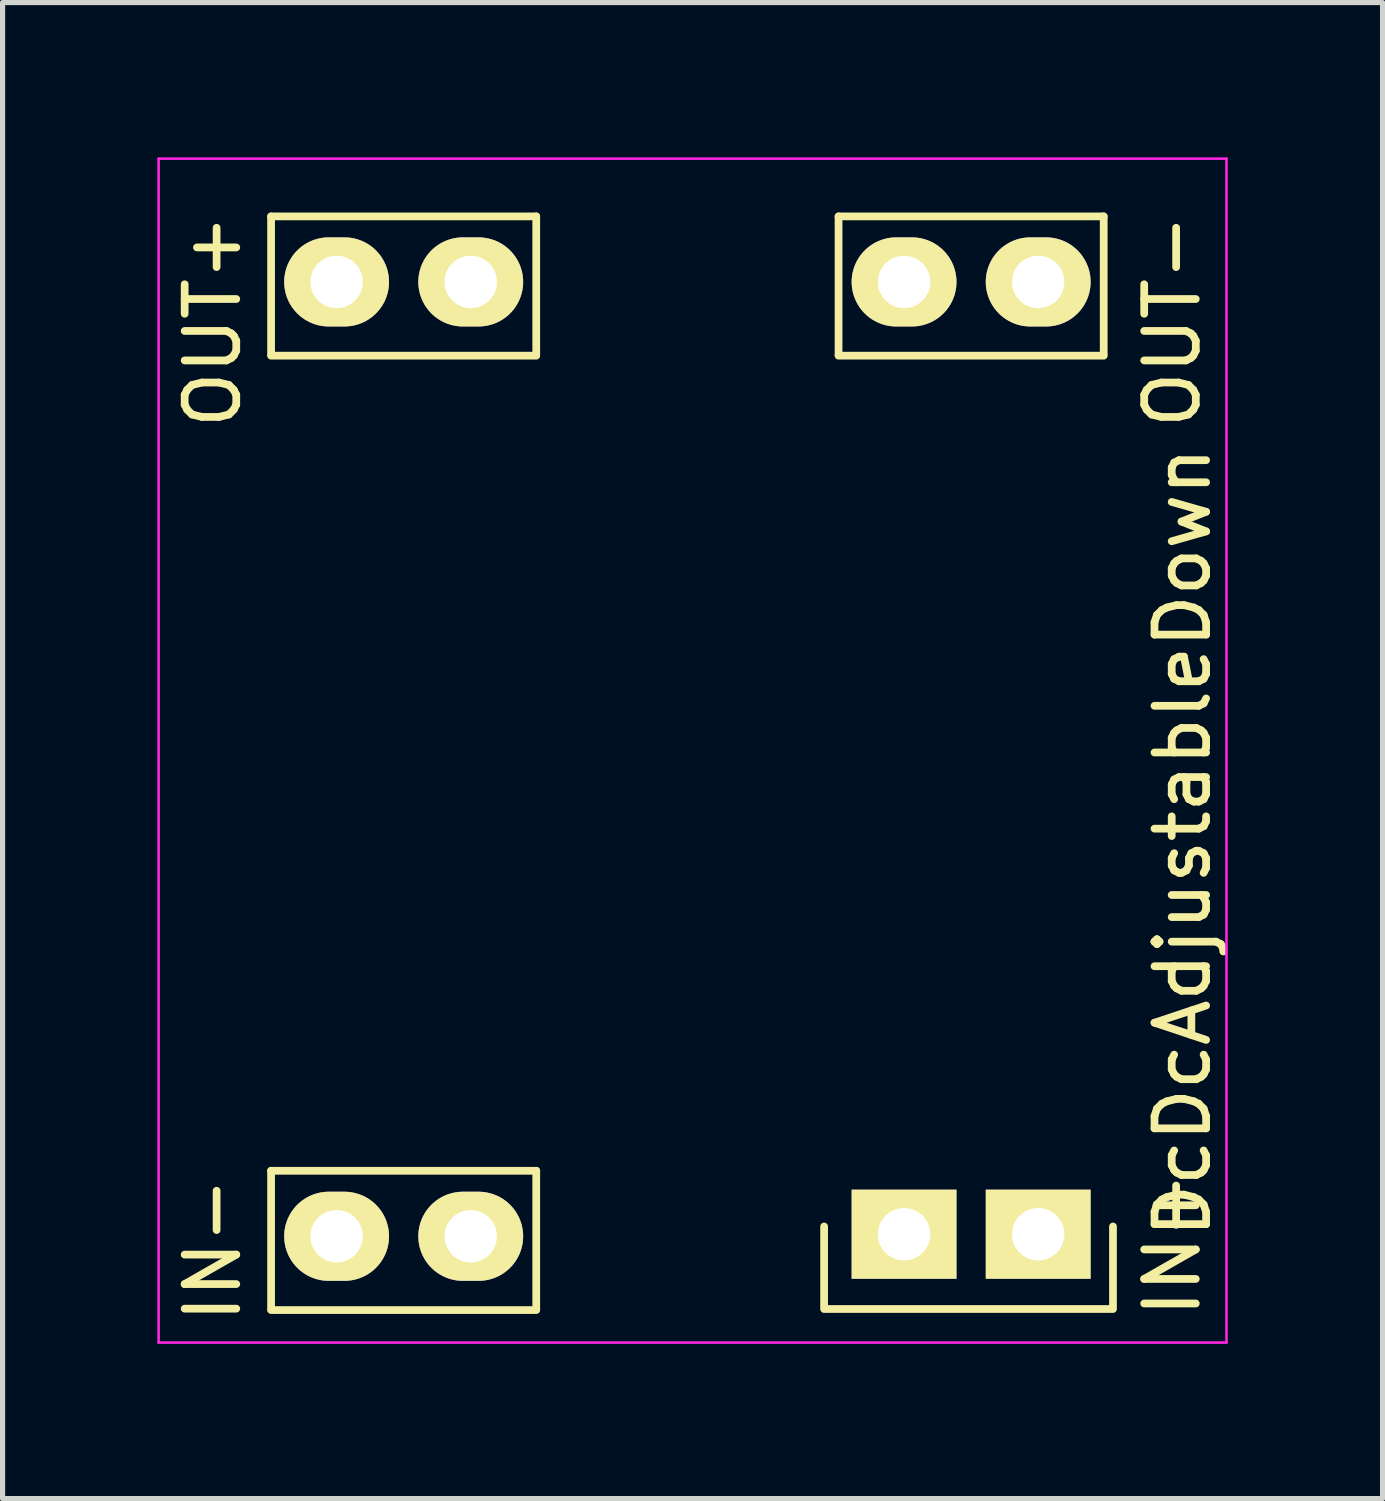
<source format=kicad_pcb>
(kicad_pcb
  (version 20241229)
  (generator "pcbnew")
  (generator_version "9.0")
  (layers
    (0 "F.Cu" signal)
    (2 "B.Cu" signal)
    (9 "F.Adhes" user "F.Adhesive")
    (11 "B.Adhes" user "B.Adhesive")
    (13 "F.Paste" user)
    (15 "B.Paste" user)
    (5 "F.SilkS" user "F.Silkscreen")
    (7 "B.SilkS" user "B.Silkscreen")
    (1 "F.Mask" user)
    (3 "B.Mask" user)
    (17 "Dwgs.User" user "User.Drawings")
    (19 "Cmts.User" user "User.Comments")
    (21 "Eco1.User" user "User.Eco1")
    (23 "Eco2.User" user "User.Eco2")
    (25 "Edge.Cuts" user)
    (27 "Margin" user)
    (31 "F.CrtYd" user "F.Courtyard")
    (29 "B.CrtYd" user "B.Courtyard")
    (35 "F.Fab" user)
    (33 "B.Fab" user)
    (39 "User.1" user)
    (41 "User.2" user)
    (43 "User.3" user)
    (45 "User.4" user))
  (footprint "DcDcAdjustableDown"
    (layer "F.Cu")
    (at 10.575 12.975)
    (property "Reference" "DcDcAdjustableDown" (at 9.3 0.3 90) (layer "F.SilkS") (effects (font (size 1 1) (thickness 0.15))))
    (attr through_hole)
    (fp_line (start -8.37 -11.83) (end -8.37 -9.15) (stroke (width 0.15) (type solid)) (layer "F.SilkS"))
    (fp_line (start -8.37 -11.83) (end -3.23 -11.83) (stroke (width 0.15) (type solid)) (layer "F.SilkS"))
    (fp_line (start -8.37 -9.13) (end -3.23 -9.13) (stroke (width 0.15) (type solid)) (layer "F.SilkS"))
    (fp_line (start -8.37 6.67) (end -8.37 9.35) (stroke (width 0.15) (type solid)) (layer "F.SilkS"))
    (fp_line (start -8.37 6.67) (end -3.23 6.67) (stroke (width 0.15) (type solid)) (layer "F.SilkS"))
    (fp_line (start -8.37 9.37) (end -3.23 9.37) (stroke (width 0.15) (type solid)) (layer "F.SilkS"))
    (fp_line (start -3.23 -9.15) (end -3.23 -11.83) (stroke (width 0.15) (type solid)) (layer "F.SilkS"))
    (fp_line (start -3.23 9.35) (end -3.23 6.67) (stroke (width 0.15) (type solid)) (layer "F.SilkS"))
    (fp_line (start 2.35 9.3) (end 2.35 7.75) (stroke (width 0.15) (type solid)) (layer "F.SilkS"))
    (fp_line (start 2.35 9.35) (end 7.95 9.35) (stroke (width 0.15) (type solid)) (layer "F.SilkS"))
    (fp_line (start 2.63 -11.83) (end 2.63 -9.15) (stroke (width 0.15) (type solid)) (layer "F.SilkS"))
    (fp_line (start 2.63 -11.83) (end 7.77 -11.83) (stroke (width 0.15) (type solid)) (layer "F.SilkS"))
    (fp_line (start 2.63 -9.13) (end 7.77 -9.13) (stroke (width 0.15) (type solid)) (layer "F.SilkS"))
    (fp_line (start 7.77 -9.15) (end 7.77 -11.83) (stroke (width 0.15) (type solid)) (layer "F.SilkS"))
    (fp_line (start 7.95 7.75) (end 7.95 9.3) (stroke (width 0.15) (type solid)) (layer "F.SilkS"))
    (fp_line (start -10.55 -12.95) (end -10.55 10) (stroke (width 0.05) (type solid)) (layer "F.CrtYd"))
    (fp_line (start -10.55 -12.95) (end 10.15 -12.95) (stroke (width 0.05) (type solid)) (layer "F.CrtYd"))
    (fp_line (start -10.55 10) (end 10.15 10) (stroke (width 0.05) (type solid)) (layer "F.CrtYd"))
    (fp_line (start 10.15 -12.95) (end 10.15 10) (stroke (width 0.05) (type solid)) (layer "F.CrtYd"))
    (fp_text user "IN-" (at -9.5 8.2 90) (layer "F.SilkS") (effects (font (size 1 1) (thickness 0.15))))
    (fp_text user "OUT-" (at 9.1 -9.8 90) (layer "F.SilkS") (effects (font (size 1 1) (thickness 0.15))))
    (fp_text user "IN+" (at 9.1 8.1 90) (layer "F.SilkS") (effects (font (size 1 1) (thickness 0.15))))
    (fp_text user "OUT+" (at -9.5 -9.8 90) (layer "F.SilkS") (effects (font (size 1 1) (thickness 0.15))))
    (pad "1" thru_hole rect (at 3.9 7.9) (size 2.032 1.727) (drill 1.016) (layers "*.Cu" "*.Mask" "F.SilkS"))
    (pad "1" thru_hole rect (at 6.5 7.9) (size 2.032 1.727) (drill 1.016) (layers "*.Cu" "*.Mask" "F.SilkS"))
    (pad "2" thru_hole oval (at -7.1 7.94) (size 2.032 1.727) (drill 1.016) (layers "*.Cu" "*.Mask" "F.SilkS"))
    (pad "2" thru_hole oval (at -4.5 7.94) (size 2.032 1.727) (drill 1.016) (layers "*.Cu" "*.Mask" "F.SilkS"))
    (pad "3" thru_hole oval (at 3.9 -10.56) (size 2.032 1.727) (drill 1.016) (layers "*.Cu" "*.Mask" "F.SilkS"))
    (pad "3" thru_hole oval (at 6.5 -10.56) (size 2.032 1.727) (drill 1.016) (layers "*.Cu" "*.Mask" "F.SilkS"))
    (pad "4" thru_hole oval (at -7.1 -10.56) (size 2.032 1.727) (drill 1.016) (layers "*.Cu" "*.Mask" "F.SilkS"))
    (pad "4" thru_hole oval (at -4.5 -10.56) (size 2.032 1.727) (drill 1.016) (layers "*.Cu" "*.Mask" "F.SilkS")))
  (gr_rect
    (start -3 -3)
    (end 23.75 26)
    (stroke (width 0.1) (type default))
    (fill no)
    (layer "Edge.Cuts")))
</source>
